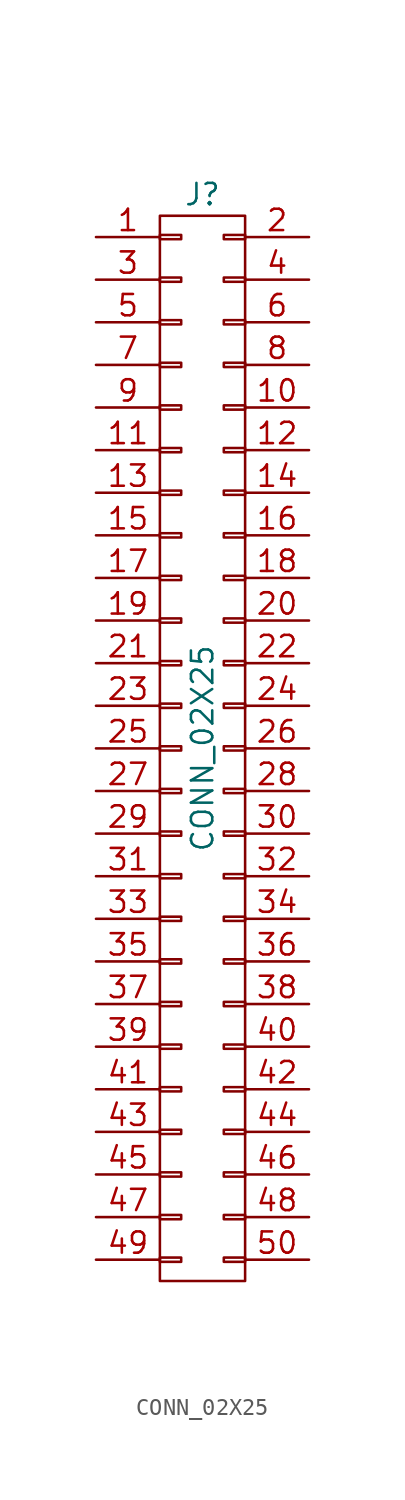
<source format=kicad_sym>
(kicad_symbol_lib
  (version 20211014)
  (generator kicad_symbol_editor)
  (symbol "CONN_02X25"
    (pin_names
      (offset 0.025) hide)
    (property "Reference" "J"
      (at 0 33.02 0)
      (effects (font (size 1.27 1.27))))
    (property "Value" "CONN_02X25"
      (at 0 0 90)
      (effects (font (size 1.27 1.27))))
    (symbol "CONN_02X25_0_1"
      (rectangle (start -2.54 -30.353) (end -1.27 -30.607) (stroke (width 0) (type default) (color 0 0 0 0)) (fill (type none)))
      (rectangle (start -2.54 -27.813) (end -1.27 -28.067) (stroke (width 0) (type default) (color 0 0 0 0)) (fill (type none)))
      (rectangle (start -2.54 -25.273) (end -1.27 -25.527) (stroke (width 0) (type default) (color 0 0 0 0)) (fill (type none)))
      (rectangle (start -2.54 -22.733) (end -1.27 -22.987) (stroke (width 0) (type default) (color 0 0 0 0)) (fill (type none)))
      (rectangle (start -2.54 -20.193) (end -1.27 -20.447) (stroke (width 0) (type default) (color 0 0 0 0)) (fill (type none)))
      (rectangle (start -2.54 -17.653) (end -1.27 -17.907) (stroke (width 0) (type default) (color 0 0 0 0)) (fill (type none)))
      (rectangle (start -2.54 -15.113) (end -1.27 -15.367) (stroke (width 0) (type default) (color 0 0 0 0)) (fill (type none)))
      (rectangle (start -2.54 -12.573) (end -1.27 -12.827) (stroke (width 0) (type default) (color 0 0 0 0)) (fill (type none)))
      (rectangle (start -2.54 -10.033) (end -1.27 -10.287) (stroke (width 0) (type default) (color 0 0 0 0)) (fill (type none)))
      (rectangle (start -2.54 -7.493) (end -1.27 -7.747) (stroke (width 0) (type default) (color 0 0 0 0)) (fill (type none)))
      (rectangle (start -2.54 -4.953) (end -1.27 -5.207) (stroke (width 0) (type default) (color 0 0 0 0)) (fill (type none)))
      (rectangle (start -2.54 -2.413) (end -1.27 -2.667) (stroke (width 0) (type default) (color 0 0 0 0)) (fill (type none)))
      (rectangle (start -2.54 0.127) (end -1.27 -0.127) (stroke (width 0) (type default) (color 0 0 0 0)) (fill (type none)))
      (rectangle (start -2.54 2.667) (end -1.27 2.413) (stroke (width 0) (type default) (color 0 0 0 0)) (fill (type none)))
      (rectangle (start -2.54 5.207) (end -1.27 4.953) (stroke (width 0) (type default) (color 0 0 0 0)) (fill (type none)))
      (rectangle (start -2.54 7.747) (end -1.27 7.493) (stroke (width 0) (type default) (color 0 0 0 0)) (fill (type none)))
      (rectangle (start -2.54 10.287) (end -1.27 10.033) (stroke (width 0) (type default) (color 0 0 0 0)) (fill (type none)))
      (rectangle (start -2.54 12.827) (end -1.27 12.573) (stroke (width 0) (type default) (color 0 0 0 0)) (fill (type none)))
      (rectangle (start -2.54 15.367) (end -1.27 15.113) (stroke (width 0) (type default) (color 0 0 0 0)) (fill (type none)))
      (rectangle (start -2.54 17.907) (end -1.27 17.653) (stroke (width 0) (type default) (color 0 0 0 0)) (fill (type none)))
      (rectangle (start -2.54 20.447) (end -1.27 20.193) (stroke (width 0) (type default) (color 0 0 0 0)) (fill (type none)))
      (rectangle (start -2.54 22.987) (end -1.27 22.733) (stroke (width 0) (type default) (color 0 0 0 0)) (fill (type none)))
      (rectangle (start -2.54 25.527) (end -1.27 25.273) (stroke (width 0) (type default) (color 0 0 0 0)) (fill (type none)))
      (rectangle (start -2.54 28.067) (end -1.27 27.813) (stroke (width 0) (type default) (color 0 0 0 0)) (fill (type none)))
      (rectangle (start -2.54 30.607) (end -1.27 30.353) (stroke (width 0) (type default) (color 0 0 0 0)) (fill (type none)))
      (rectangle (start -2.54 31.75) (end 2.54 -31.75) (stroke (width 0) (type default) (color 0 0 0 0)) (fill (type none)))
      (rectangle (start 1.27 -30.353) (end 2.54 -30.607) (stroke (width 0) (type default) (color 0 0 0 0)) (fill (type none)))
      (rectangle (start 1.27 -27.813) (end 2.54 -28.067) (stroke (width 0) (type default) (color 0 0 0 0)) (fill (type none)))
      (rectangle (start 1.27 -25.273) (end 2.54 -25.527) (stroke (width 0) (type default) (color 0 0 0 0)) (fill (type none)))
      (rectangle (start 1.27 -22.733) (end 2.54 -22.987) (stroke (width 0) (type default) (color 0 0 0 0)) (fill (type none)))
      (rectangle (start 1.27 -20.193) (end 2.54 -20.447) (stroke (width 0) (type default) (color 0 0 0 0)) (fill (type none)))
      (rectangle (start 1.27 -17.653) (end 2.54 -17.907) (stroke (width 0) (type default) (color 0 0 0 0)) (fill (type none)))
      (rectangle (start 1.27 -15.113) (end 2.54 -15.367) (stroke (width 0) (type default) (color 0 0 0 0)) (fill (type none)))
      (rectangle (start 1.27 -12.573) (end 2.54 -12.827) (stroke (width 0) (type default) (color 0 0 0 0)) (fill (type none)))
      (rectangle (start 1.27 -10.033) (end 2.54 -10.287) (stroke (width 0) (type default) (color 0 0 0 0)) (fill (type none)))
      (rectangle (start 1.27 -7.493) (end 2.54 -7.747) (stroke (width 0) (type default) (color 0 0 0 0)) (fill (type none)))
      (rectangle (start 1.27 -4.953) (end 2.54 -5.207) (stroke (width 0) (type default) (color 0 0 0 0)) (fill (type none)))
      (rectangle (start 1.27 -2.413) (end 2.54 -2.667) (stroke (width 0) (type default) (color 0 0 0 0)) (fill (type none)))
      (rectangle (start 1.27 0.127) (end 2.54 -0.127) (stroke (width 0) (type default) (color 0 0 0 0)) (fill (type none)))
      (rectangle (start 1.27 2.667) (end 2.54 2.413) (stroke (width 0) (type default) (color 0 0 0 0)) (fill (type none)))
      (rectangle (start 1.27 5.207) (end 2.54 4.953) (stroke (width 0) (type default) (color 0 0 0 0)) (fill (type none)))
      (rectangle (start 1.27 7.747) (end 2.54 7.493) (stroke (width 0) (type default) (color 0 0 0 0)) (fill (type none)))
      (rectangle (start 1.27 10.287) (end 2.54 10.033) (stroke (width 0) (type default) (color 0 0 0 0)) (fill (type none)))
      (rectangle (start 1.27 12.827) (end 2.54 12.573) (stroke (width 0) (type default) (color 0 0 0 0)) (fill (type none)))
      (rectangle (start 1.27 15.367) (end 2.54 15.113) (stroke (width 0) (type default) (color 0 0 0 0)) (fill (type none)))
      (rectangle (start 1.27 17.907) (end 2.54 17.653) (stroke (width 0) (type default) (color 0 0 0 0)) (fill (type none)))
      (rectangle (start 1.27 20.447) (end 2.54 20.193) (stroke (width 0) (type default) (color 0 0 0 0)) (fill (type none)))
      (rectangle (start 1.27 22.987) (end 2.54 22.733) (stroke (width 0) (type default) (color 0 0 0 0)) (fill (type none)))
      (rectangle (start 1.27 25.527) (end 2.54 25.273) (stroke (width 0) (type default) (color 0 0 0 0)) (fill (type none)))
      (rectangle (start 1.27 28.067) (end 2.54 27.813) (stroke (width 0) (type default) (color 0 0 0 0)) (fill (type none)))
      (rectangle (start 1.27 30.607) (end 2.54 30.353) (stroke (width 0) (type default) (color 0 0 0 0)) (fill (type none))))
    (symbol "CONN_02X25_1_1"
      (pin passive line (at -6.35 30.48 0) (length 3.81) (name "P1" (effects (font (size 1.27 1.27)))) (number "1" (effects (font (size 1.27 1.27)))))
      (pin passive line (at 6.35 20.32 180) (length 3.81) (name "P10" (effects (font (size 1.27 1.27)))) (number "10" (effects (font (size 1.27 1.27)))))
      (pin passive line (at -6.35 17.78 0) (length 3.81) (name "P11" (effects (font (size 1.27 1.27)))) (number "11" (effects (font (size 1.27 1.27)))))
      (pin passive line (at 6.35 17.78 180) (length 3.81) (name "P12" (effects (font (size 1.27 1.27)))) (number "12" (effects (font (size 1.27 1.27)))))
      (pin passive line (at -6.35 15.24 0) (length 3.81) (name "P13" (effects (font (size 1.27 1.27)))) (number "13" (effects (font (size 1.27 1.27)))))
      (pin passive line (at 6.35 15.24 180) (length 3.81) (name "P14" (effects (font (size 1.27 1.27)))) (number "14" (effects (font (size 1.27 1.27)))))
      (pin passive line (at -6.35 12.7 0) (length 3.81) (name "P15" (effects (font (size 1.27 1.27)))) (number "15" (effects (font (size 1.27 1.27)))))
      (pin passive line (at 6.35 12.7 180) (length 3.81) (name "P16" (effects (font (size 1.27 1.27)))) (number "16" (effects (font (size 1.27 1.27)))))
      (pin passive line (at -6.35 10.16 0) (length 3.81) (name "P17" (effects (font (size 1.27 1.27)))) (number "17" (effects (font (size 1.27 1.27)))))
      (pin passive line (at 6.35 10.16 180) (length 3.81) (name "P18" (effects (font (size 1.27 1.27)))) (number "18" (effects (font (size 1.27 1.27)))))
      (pin passive line (at -6.35 7.62 0) (length 3.81) (name "P19" (effects (font (size 1.27 1.27)))) (number "19" (effects (font (size 1.27 1.27)))))
      (pin passive line (at 6.35 30.48 180) (length 3.81) (name "P2" (effects (font (size 1.27 1.27)))) (number "2" (effects (font (size 1.27 1.27)))))
      (pin passive line (at 6.35 7.62 180) (length 3.81) (name "P20" (effects (font (size 1.27 1.27)))) (number "20" (effects (font (size 1.27 1.27)))))
      (pin passive line (at -6.35 5.08 0) (length 3.81) (name "P21" (effects (font (size 1.27 1.27)))) (number "21" (effects (font (size 1.27 1.27)))))
      (pin passive line (at 6.35 5.08 180) (length 3.81) (name "P22" (effects (font (size 1.27 1.27)))) (number "22" (effects (font (size 1.27 1.27)))))
      (pin passive line (at -6.35 2.54 0) (length 3.81) (name "P23" (effects (font (size 1.27 1.27)))) (number "23" (effects (font (size 1.27 1.27)))))
      (pin passive line (at 6.35 2.54 180) (length 3.81) (name "P24" (effects (font (size 1.27 1.27)))) (number "24" (effects (font (size 1.27 1.27)))))
      (pin passive line (at -6.35 0 0) (length 3.81) (name "P25" (effects (font (size 1.27 1.27)))) (number "25" (effects (font (size 1.27 1.27)))))
      (pin passive line (at 6.35 0 180) (length 3.81) (name "P26" (effects (font (size 1.27 1.27)))) (number "26" (effects (font (size 1.27 1.27)))))
      (pin passive line (at -6.35 -2.54 0) (length 3.81) (name "P27" (effects (font (size 1.27 1.27)))) (number "27" (effects (font (size 1.27 1.27)))))
      (pin passive line (at 6.35 -2.54 180) (length 3.81) (name "P28" (effects (font (size 1.27 1.27)))) (number "28" (effects (font (size 1.27 1.27)))))
      (pin passive line (at -6.35 -5.08 0) (length 3.81) (name "P29" (effects (font (size 1.27 1.27)))) (number "29" (effects (font (size 1.27 1.27)))))
      (pin passive line (at -6.35 27.94 0) (length 3.81) (name "P3" (effects (font (size 1.27 1.27)))) (number "3" (effects (font (size 1.27 1.27)))))
      (pin passive line (at 6.35 -5.08 180) (length 3.81) (name "P30" (effects (font (size 1.27 1.27)))) (number "30" (effects (font (size 1.27 1.27)))))
      (pin passive line (at -6.35 -7.62 0) (length 3.81) (name "P31" (effects (font (size 1.27 1.27)))) (number "31" (effects (font (size 1.27 1.27)))))
      (pin passive line (at 6.35 -7.62 180) (length 3.81) (name "P32" (effects (font (size 1.27 1.27)))) (number "32" (effects (font (size 1.27 1.27)))))
      (pin passive line (at -6.35 -10.16 0) (length 3.81) (name "P33" (effects (font (size 1.27 1.27)))) (number "33" (effects (font (size 1.27 1.27)))))
      (pin passive line (at 6.35 -10.16 180) (length 3.81) (name "P34" (effects (font (size 1.27 1.27)))) (number "34" (effects (font (size 1.27 1.27)))))
      (pin passive line (at -6.35 -12.7 0) (length 3.81) (name "P35" (effects (font (size 1.27 1.27)))) (number "35" (effects (font (size 1.27 1.27)))))
      (pin passive line (at 6.35 -12.7 180) (length 3.81) (name "P36" (effects (font (size 1.27 1.27)))) (number "36" (effects (font (size 1.27 1.27)))))
      (pin passive line (at -6.35 -15.24 0) (length 3.81) (name "P37" (effects (font (size 1.27 1.27)))) (number "37" (effects (font (size 1.27 1.27)))))
      (pin passive line (at 6.35 -15.24 180) (length 3.81) (name "P38" (effects (font (size 1.27 1.27)))) (number "38" (effects (font (size 1.27 1.27)))))
      (pin passive line (at -6.35 -17.78 0) (length 3.81) (name "P39" (effects (font (size 1.27 1.27)))) (number "39" (effects (font (size 1.27 1.27)))))
      (pin passive line (at 6.35 27.94 180) (length 3.81) (name "P4" (effects (font (size 1.27 1.27)))) (number "4" (effects (font (size 1.27 1.27)))))
      (pin passive line (at 6.35 -17.78 180) (length 3.81) (name "P40" (effects (font (size 1.27 1.27)))) (number "40" (effects (font (size 1.27 1.27)))))
      (pin passive line (at -6.35 -20.32 0) (length 3.81) (name "P41" (effects (font (size 1.27 1.27)))) (number "41" (effects (font (size 1.27 1.27)))))
      (pin passive line (at 6.35 -20.32 180) (length 3.81) (name "P42" (effects (font (size 1.27 1.27)))) (number "42" (effects (font (size 1.27 1.27)))))
      (pin passive line (at -6.35 -22.86 0) (length 3.81) (name "P43" (effects (font (size 1.27 1.27)))) (number "43" (effects (font (size 1.27 1.27)))))
      (pin passive line (at 6.35 -22.86 180) (length 3.81) (name "P44" (effects (font (size 1.27 1.27)))) (number "44" (effects (font (size 1.27 1.27)))))
      (pin passive line (at -6.35 -25.4 0) (length 3.81) (name "P45" (effects (font (size 1.27 1.27)))) (number "45" (effects (font (size 1.27 1.27)))))
      (pin passive line (at 6.35 -25.4 180) (length 3.81) (name "P46" (effects (font (size 1.27 1.27)))) (number "46" (effects (font (size 1.27 1.27)))))
      (pin passive line (at -6.35 -27.94 0) (length 3.81) (name "P47" (effects (font (size 1.27 1.27)))) (number "47" (effects (font (size 1.27 1.27)))))
      (pin passive line (at 6.35 -27.94 180) (length 3.81) (name "P48" (effects (font (size 1.27 1.27)))) (number "48" (effects (font (size 1.27 1.27)))))
      (pin passive line (at -6.35 -30.48 0) (length 3.81) (name "P49" (effects (font (size 1.27 1.27)))) (number "49" (effects (font (size 1.27 1.27)))))
      (pin passive line (at -6.35 25.4 0) (length 3.81) (name "P5" (effects (font (size 1.27 1.27)))) (number "5" (effects (font (size 1.27 1.27)))))
      (pin passive line (at 6.35 -30.48 180) (length 3.81) (name "P50" (effects (font (size 1.27 1.27)))) (number "50" (effects (font (size 1.27 1.27)))))
      (pin passive line (at 6.35 25.4 180) (length 3.81) (name "P6" (effects (font (size 1.27 1.27)))) (number "6" (effects (font (size 1.27 1.27)))))
      (pin passive line (at -6.35 22.86 0) (length 3.81) (name "P7" (effects (font (size 1.27 1.27)))) (number "7" (effects (font (size 1.27 1.27)))))
      (pin passive line (at 6.35 22.86 180) (length 3.81) (name "P8" (effects (font (size 1.27 1.27)))) (number "8" (effects (font (size 1.27 1.27)))))
      (pin passive line (at -6.35 20.32 0) (length 3.81) (name "P9" (effects (font (size 1.27 1.27)))) (number "9" (effects (font (size 1.27 1.27))))))))
</source>
